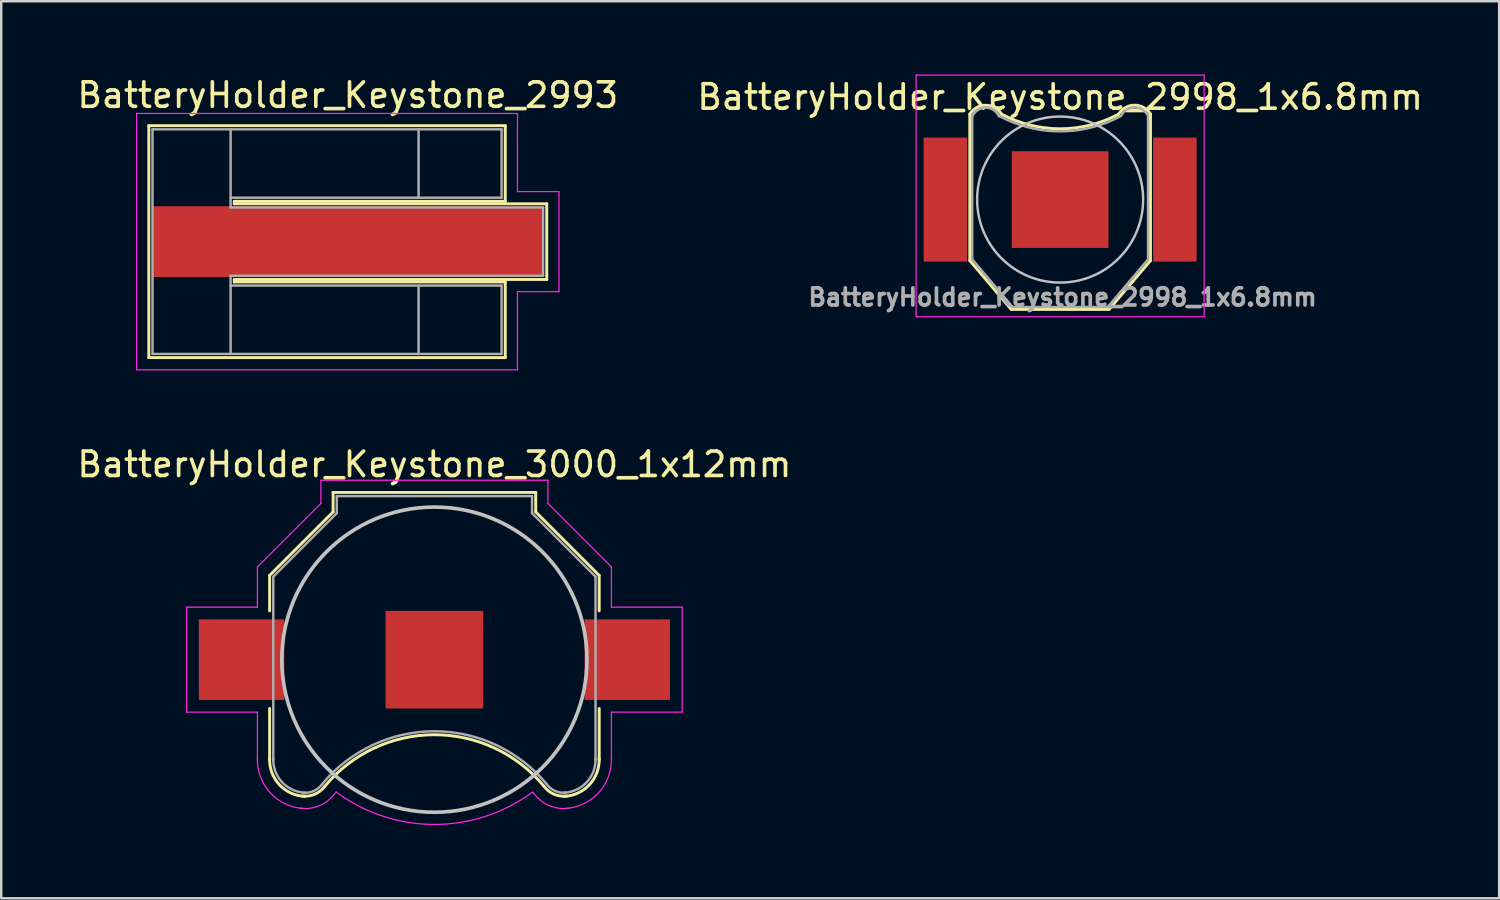
<source format=kicad_pcb>
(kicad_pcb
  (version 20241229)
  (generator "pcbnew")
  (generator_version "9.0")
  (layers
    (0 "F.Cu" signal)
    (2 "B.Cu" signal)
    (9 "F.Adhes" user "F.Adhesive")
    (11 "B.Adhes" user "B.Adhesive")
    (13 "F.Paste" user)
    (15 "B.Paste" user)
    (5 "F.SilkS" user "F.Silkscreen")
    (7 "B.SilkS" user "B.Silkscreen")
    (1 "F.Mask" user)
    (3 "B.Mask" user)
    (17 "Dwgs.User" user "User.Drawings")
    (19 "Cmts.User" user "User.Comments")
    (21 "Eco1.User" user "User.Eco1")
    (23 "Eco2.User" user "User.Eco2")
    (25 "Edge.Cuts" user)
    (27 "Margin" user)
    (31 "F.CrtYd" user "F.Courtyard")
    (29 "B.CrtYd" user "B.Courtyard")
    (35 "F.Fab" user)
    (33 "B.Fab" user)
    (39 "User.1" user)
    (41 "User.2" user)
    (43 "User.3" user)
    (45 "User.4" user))
  (footprint "BatteryHolder_Keystone_2998_1x6.8mm"
    (layer "F.Cu")
    (at 40.375 5.125)
    (property "Reference" "BatteryHolder_Keystone_2998_1x6.8mm" (at 0 -4.2 0) (layer "F.SilkS") (effects (font (size 1 1) (thickness 0.15))))
    (attr smd)
    (fp_line (start -3.7 -3.5) (end -3.7 2.5) (stroke (width 0.12) (type solid)) (layer "F.SilkS"))
    (fp_line (start -2 4.5) (end -3.7 2.5) (stroke (width 0.12) (type solid)) (layer "F.SilkS"))
    (fp_line (start -2 4.5) (end 2 4.5) (stroke (width 0.12) (type solid)) (layer "F.SilkS"))
    (fp_line (start 2 4.5) (end 3.7 2.5) (stroke (width 0.12) (type solid)) (layer "F.SilkS"))
    (fp_line (start 3.7 -3.5) (end 3.7 2.5) (stroke (width 0.12) (type solid)) (layer "F.SilkS"))
    (fp_arc (start -3.705648 -3.490673) (mid -3.055452 -3.863197) (end -2.4 -3.5) (stroke (width 0.12) (type solid)) (layer "F.SilkS"))
    (fp_arc (start 2.391383 -3.495415) (mid -0.00488 -2.900002) (end -2.4 -3.5) (stroke (width 0.12) (type solid)) (layer "F.SilkS"))
    (fp_arc (start 2.392627 -3.493972) (mid 3.046477 -3.866382) (end 3.703723 -3.5) (stroke (width 0.12) (type solid)) (layer "F.SilkS"))
    (fp_circle (center 0 0) (end 3.4 0) (stroke (width 0.1) (type solid)) (fill no) (layer "Dwgs.User"))
    (fp_line (start -5.9 -5.1) (end -5.9 4.8) (stroke (width 0.05) (type solid)) (layer "F.CrtYd"))
    (fp_line (start -5.9 4.8) (end 5.9 4.8) (stroke (width 0.05) (type solid)) (layer "F.CrtYd"))
    (fp_line (start 5.9 -5.1) (end -5.9 -5.1) (stroke (width 0.05) (type solid)) (layer "F.CrtYd"))
    (fp_line (start 5.9 4.8) (end 5.9 -5.1) (stroke (width 0.05) (type solid)) (layer "F.CrtYd"))
    (fp_line (start -3.6 -3.4) (end -3.6 2.4) (stroke (width 0.1) (type solid)) (layer "F.Fab"))
    (fp_line (start -3.6 2.45) (end -1.95 4.4) (stroke (width 0.1) (type solid)) (layer "F.Fab"))
    (fp_line (start -1.95 4.4) (end 1.95 4.4) (stroke (width 0.1) (type solid)) (layer "F.Fab"))
    (fp_line (start 1.95 4.4) (end 3.6 2.45) (stroke (width 0.1) (type solid)) (layer "F.Fab"))
    (fp_line (start 3.6 2.45) (end 3.6 -3.5) (stroke (width 0.1) (type solid)) (layer "F.Fab"))
    (fp_arc (start -3.607938 -3.401745) (mid -3.059953 -3.774071) (end -2.5 -3.42) (stroke (width 0.12) (type solid)) (layer "F.Fab"))
    (fp_arc (start 2.464098 -3.410669) (mid -0.020388 -2.794584) (end -2.5 -3.43) (stroke (width 0.1) (type solid)) (layer "F.Fab"))
    (fp_arc (start 2.4959 -3.432087) (mid 3.045544 -3.771756) (end 3.6 -3.44) (stroke (width 0.1) (type solid)) (layer "F.Fab"))
    (fp_text user "${REFERENCE}" (at 0.1 4 0) (layer "F.Fab") (effects (font (size 0.7 0.7) (thickness 0.15))))
    (pad "1" smd rect (at -4.7 0) (size 1.78 5.08) (layers "F.Cu" "F.Mask" "F.Paste"))
    (pad "1" smd rect (at 4.7 0) (size 1.78 5.08) (layers "F.Cu" "F.Mask" "F.Paste"))
    (pad "2" smd rect (at 0 0) (size 3.96 3.96) (layers "F.Cu" "F.Mask" "F.Paste")))
  (footprint "BatteryHolder_Keystone_3000_1x12mm"
    (layer "F.Cu")
    (at 14.744 23.971)
    (property "Reference" "BatteryHolder_Keystone_3000_1x12mm" (at 0 -8 0) (layer "F.SilkS") (effects (font (size 1 1) (thickness 0.15))))
    (attr smd)
    (fp_line (start -6.75 -3.45) (end -4.15 -6.05) (stroke (width 0.12) (type solid)) (layer "F.SilkS"))
    (fp_line (start -6.75 -2) (end -6.75 -3.45) (stroke (width 0.12) (type solid)) (layer "F.SilkS"))
    (fp_line (start -6.75 2) (end -6.75 4.1) (stroke (width 0.12) (type solid)) (layer "F.SilkS"))
    (fp_line (start -4.15 -6.85) (end 4.15 -6.85) (stroke (width 0.12) (type solid)) (layer "F.SilkS"))
    (fp_line (start -4.15 -6.05) (end -4.15 -6.85) (stroke (width 0.12) (type solid)) (layer "F.SilkS"))
    (fp_line (start 4.15 -6.85) (end 4.15 -6.05) (stroke (width 0.12) (type solid)) (layer "F.SilkS"))
    (fp_line (start 4.15 -6.05) (end 6.75 -3.45) (stroke (width 0.12) (type solid)) (layer "F.SilkS"))
    (fp_line (start 6.75 -3.45) (end 6.75 -2) (stroke (width 0.12) (type solid)) (layer "F.SilkS"))
    (fp_line (start 6.75 2) (end 6.75 4.1) (stroke (width 0.12) (type solid)) (layer "F.SilkS"))
    (fp_arc (start -5.3 5.6) (mid -6.346016 5.125305) (end -6.75 4.05) (stroke (width 0.12) (type solid)) (layer "F.SilkS"))
    (fp_arc (start -4.5 5.2) (mid -4.90584 5.514615) (end -5.414615 5.58416) (stroke (width 0.12) (type solid)) (layer "F.SilkS"))
    (fp_arc (start -4.5 5.2) (mid -0.007341 3.0742) (end 4.490661 5.188671) (stroke (width 0.12) (type solid)) (layer "F.SilkS"))
    (fp_arc (start 5.414615 5.58416) (mid 4.90584 5.514615) (end 4.5 5.2) (stroke (width 0.12) (type solid)) (layer "F.SilkS"))
    (fp_arc (start 6.75 4.05) (mid 6.346016 5.125305) (end 5.3 5.6) (stroke (width 0.12) (type solid)) (layer "F.SilkS"))
    (fp_circle (center 0 0) (end 0 6.25) (stroke (width 0.15) (type solid)) (fill no) (layer "Dwgs.User"))
    (fp_line (start -10.15 -2.15) (end -10.15 2.15) (stroke (width 0.05) (type solid)) (layer "F.CrtYd"))
    (fp_line (start -10.15 2.15) (end -7.25 2.15) (stroke (width 0.05) (type solid)) (layer "F.CrtYd"))
    (fp_line (start -7.25 -3.8) (end -4.65 -6.4) (stroke (width 0.05) (type solid)) (layer "F.CrtYd"))
    (fp_line (start -7.25 -2.15) (end -10.15 -2.15) (stroke (width 0.05) (type solid)) (layer "F.CrtYd"))
    (fp_line (start -7.25 -2.15) (end -7.25 -3.8) (stroke (width 0.05) (type solid)) (layer "F.CrtYd"))
    (fp_line (start -7.25 2.15) (end -7.25 4.1) (stroke (width 0.05) (type solid)) (layer "F.CrtYd"))
    (fp_line (start -4.65 -7.35) (end 4.65 -7.35) (stroke (width 0.05) (type solid)) (layer "F.CrtYd"))
    (fp_line (start -4.65 -6.4) (end -4.65 -7.35) (stroke (width 0.05) (type solid)) (layer "F.CrtYd"))
    (fp_line (start 4.65 -6.4) (end 4.65 -7.35) (stroke (width 0.05) (type solid)) (layer "F.CrtYd"))
    (fp_line (start 7.25 -3.8) (end 4.65 -6.4) (stroke (width 0.05) (type solid)) (layer "F.CrtYd"))
    (fp_line (start 7.25 -2.15) (end 7.25 -3.8) (stroke (width 0.05) (type solid)) (layer "F.CrtYd"))
    (fp_line (start 7.25 -2.15) (end 10.15 -2.15) (stroke (width 0.05) (type solid)) (layer "F.CrtYd"))
    (fp_line (start 7.25 2.15) (end 7.25 4.1) (stroke (width 0.05) (type solid)) (layer "F.CrtYd"))
    (fp_line (start 10.15 -2.15) (end 10.15 2.15) (stroke (width 0.05) (type solid)) (layer "F.CrtYd"))
    (fp_line (start 10.15 2.15) (end 7.25 2.15) (stroke (width 0.05) (type solid)) (layer "F.CrtYd"))
    (fp_arc (start -5.3 6.1) (mid -6.699569 5.478858) (end -7.25 4.05) (stroke (width 0.05) (type solid)) (layer "F.CrtYd"))
    (fp_arc (start -4.22 5.65) (mid -4.814553 6.021742) (end -5.513125 6.082436) (stroke (width 0.05) (type solid)) (layer "F.CrtYd"))
    (fp_arc (start -4.22 5.65) (mid -4.123743 5.534157) (end -4.024388 5.42096) (stroke (width 0.05) (type solid)) (layer "F.CrtYd"))
    (fp_arc (start 0 6.75) (mid -2.119449 6.408622) (end -4.024518 5.419018) (stroke (width 0.05) (type solid)) (layer "F.CrtYd"))
    (fp_arc (start 4.024518 5.419018) (mid 2.119449 6.408622) (end 0 6.75) (stroke (width 0.05) (type solid)) (layer "F.CrtYd"))
    (fp_arc (start 4.02471 5.432858) (mid 4.123824 5.540108) (end 4.22 5.65) (stroke (width 0.05) (type solid)) (layer "F.CrtYd"))
    (fp_arc (start 5.513125 6.082436) (mid 4.814553 6.021742) (end 4.22 5.65) (stroke (width 0.05) (type solid)) (layer "F.CrtYd"))
    (fp_arc (start 7.25 4.05) (mid 6.699569 5.478858) (end 5.3 6.1) (stroke (width 0.05) (type solid)) (layer "F.CrtYd"))
    (fp_line (start -6.6 -3.4) (end -6.6 4.1) (stroke (width 0.1) (type solid)) (layer "F.Fab"))
    (fp_line (start -4 -6.7) (end -4 -6) (stroke (width 0.1) (type solid)) (layer "F.Fab"))
    (fp_line (start -4 -6.7) (end 4 -6.7) (stroke (width 0.1) (type solid)) (layer "F.Fab"))
    (fp_line (start -4 -6) (end -6.6 -3.4) (stroke (width 0.1) (type solid)) (layer "F.Fab"))
    (fp_line (start 4 -6.7) (end 4 -6) (stroke (width 0.1) (type solid)) (layer "F.Fab"))
    (fp_line (start 4 -6) (end 6.6 -3.4) (stroke (width 0.1) (type solid)) (layer "F.Fab"))
    (fp_line (start 6.6 -3.4) (end 6.6 4.1) (stroke (width 0.1) (type solid)) (layer "F.Fab"))
    (fp_arc (start -5.3 5.45) (mid -6.239949 5.019239) (end -6.6 4.05) (stroke (width 0.1) (type solid)) (layer "F.Fab"))
    (fp_arc (start -4.6 5.1) (mid -4.942443 5.378013) (end -5.378013 5.447558) (stroke (width 0.1) (type solid)) (layer "F.Fab"))
    (fp_arc (start -4.6 5.1) (mid 0.006214 2.93343) (end 4.607905 5.109589) (stroke (width 0.1) (type solid)) (layer "F.Fab"))
    (fp_arc (start 5.378013 5.447558) (mid 4.942442 5.378013) (end 4.6 5.1) (stroke (width 0.1) (type solid)) (layer "F.Fab"))
    (fp_arc (start 6.6 4.05) (mid 6.239949 5.019239) (end 5.3 5.45) (stroke (width 0.1) (type solid)) (layer "F.Fab"))
    (pad "1" smd rect (at -7.9 0) (size 3.5 3.3) (layers "F.Cu" "F.Mask" "F.Paste"))
    (pad "1" smd rect (at 7.9 0) (size 3.5 3.3) (layers "F.Cu" "F.Mask" "F.Paste"))
    (pad "2" smd rect (at 0 0) (size 4 4) (layers "F.Cu" "F.Mask")))
  (footprint "BatteryHolder_Keystone_2993"
    (layer "F.Cu")
    (at 11.196 6.848)
    (property "Reference" "BatteryHolder_Keystone_2993" (at 0 -6 0) (layer "F.SilkS") (effects (font (size 1 1) (thickness 0.15))))
    (attr smd)
    (fp_line (start -8.15 -4.75) (end -8.15 4.75) (stroke (width 0.12) (type solid)) (layer "F.SilkS"))
    (fp_line (start -8.15 -4.75) (end 6.45 -4.75) (stroke (width 0.12) (type solid)) (layer "F.SilkS"))
    (fp_line (start -8.15 4.75) (end 6.45 4.75) (stroke (width 0.12) (type solid)) (layer "F.SilkS"))
    (fp_line (start -4.65 -1.65) (end -4.65 -1.55) (stroke (width 0.12) (type solid)) (layer "F.SilkS"))
    (fp_line (start -4.65 -1.55) (end 8.15 -1.55) (stroke (width 0.12) (type solid)) (layer "F.SilkS"))
    (fp_line (start -4.65 1.55) (end 8.15 1.55) (stroke (width 0.12) (type solid)) (layer "F.SilkS"))
    (fp_line (start -4.65 1.65) (end -4.65 1.55) (stroke (width 0.12) (type solid)) (layer "F.SilkS"))
    (fp_line (start 6.45 -4.75) (end 6.45 -1.65) (stroke (width 0.12) (type solid)) (layer "F.SilkS"))
    (fp_line (start 6.45 -1.65) (end -4.65 -1.65) (stroke (width 0.12) (type solid)) (layer "F.SilkS"))
    (fp_line (start 6.45 1.65) (end -4.65 1.65) (stroke (width 0.12) (type solid)) (layer "F.SilkS"))
    (fp_line (start 6.45 4.75) (end 6.45 1.65) (stroke (width 0.12) (type solid)) (layer "F.SilkS"))
    (fp_line (start 8.15 -1.55) (end 8.15 1.55) (stroke (width 0.12) (type solid)) (layer "F.SilkS"))
    (fp_line (start -8.65 -5.25) (end -8.65 5.25) (stroke (width 0.05) (type solid)) (layer "F.CrtYd"))
    (fp_line (start -8.65 -5.25) (end 6.95 -5.25) (stroke (width 0.05) (type solid)) (layer "F.CrtYd"))
    (fp_line (start -8.65 5.25) (end 6.95 5.25) (stroke (width 0.05) (type solid)) (layer "F.CrtYd"))
    (fp_line (start 6.95 -5.25) (end 6.95 -2.05) (stroke (width 0.05) (type solid)) (layer "F.CrtYd"))
    (fp_line (start 6.95 -2.05) (end 8.65 -2.05) (stroke (width 0.05) (type solid)) (layer "F.CrtYd"))
    (fp_line (start 6.95 2.05) (end 8.65 2.05) (stroke (width 0.05) (type solid)) (layer "F.CrtYd"))
    (fp_line (start 6.95 5.25) (end 6.95 2.05) (stroke (width 0.05) (type solid)) (layer "F.CrtYd"))
    (fp_line (start 8.65 -2.05) (end 8.65 2.05) (stroke (width 0.05) (type solid)) (layer "F.CrtYd"))
    (fp_line (start -8 -4.6) (end -8 4.6) (stroke (width 0.1) (type solid)) (layer "F.Fab"))
    (fp_line (start -8 -4.6) (end 6.3 -4.6) (stroke (width 0.1) (type solid)) (layer "F.Fab"))
    (fp_line (start -4.8 -1.4) (end -4.8 -4.6) (stroke (width 0.1) (type solid)) (layer "F.Fab"))
    (fp_line (start -4.8 -1.4) (end 8 -1.4) (stroke (width 0.1) (type solid)) (layer "F.Fab"))
    (fp_line (start -4.8 1.4) (end -4.8 4.6) (stroke (width 0.1) (type solid)) (layer "F.Fab"))
    (fp_line (start 2.9 -1.8) (end 2.9 -4.6) (stroke (width 0.1) (type solid)) (layer "F.Fab"))
    (fp_line (start 2.9 1.8) (end 2.9 4.6) (stroke (width 0.1) (type solid)) (layer "F.Fab"))
    (fp_line (start 6.3 -4.6) (end 6.3 -1.8) (stroke (width 0.1) (type solid)) (layer "F.Fab"))
    (fp_line (start 6.3 -1.8) (end -4.8 -1.8) (stroke (width 0.1) (type solid)) (layer "F.Fab"))
    (fp_line (start 6.3 1.8) (end -4.8 1.8) (stroke (width 0.1) (type solid)) (layer "F.Fab"))
    (fp_line (start 6.3 4.6) (end -8 4.6) (stroke (width 0.1) (type solid)) (layer "F.Fab"))
    (fp_line (start 6.3 4.6) (end 6.3 1.8) (stroke (width 0.1) (type solid)) (layer "F.Fab"))
    (fp_line (start 8 -1.4) (end 8 1.4) (stroke (width 0.1) (type solid)) (layer "F.Fab"))
    (fp_line (start 8 1.4) (end -4.8 1.4) (stroke (width 0.1) (type solid)) (layer "F.Fab"))
    (pad "1" smd rect (at 0 0) (size 16 2.9) (layers "F.Cu" "F.Mask" "F.Paste")))
  (gr_rect
    (start -3 -3)
    (end 58.357 33.746)
    (stroke (width 0.1) (type default))
    (fill no)
    (layer "Edge.Cuts")))
</source>
